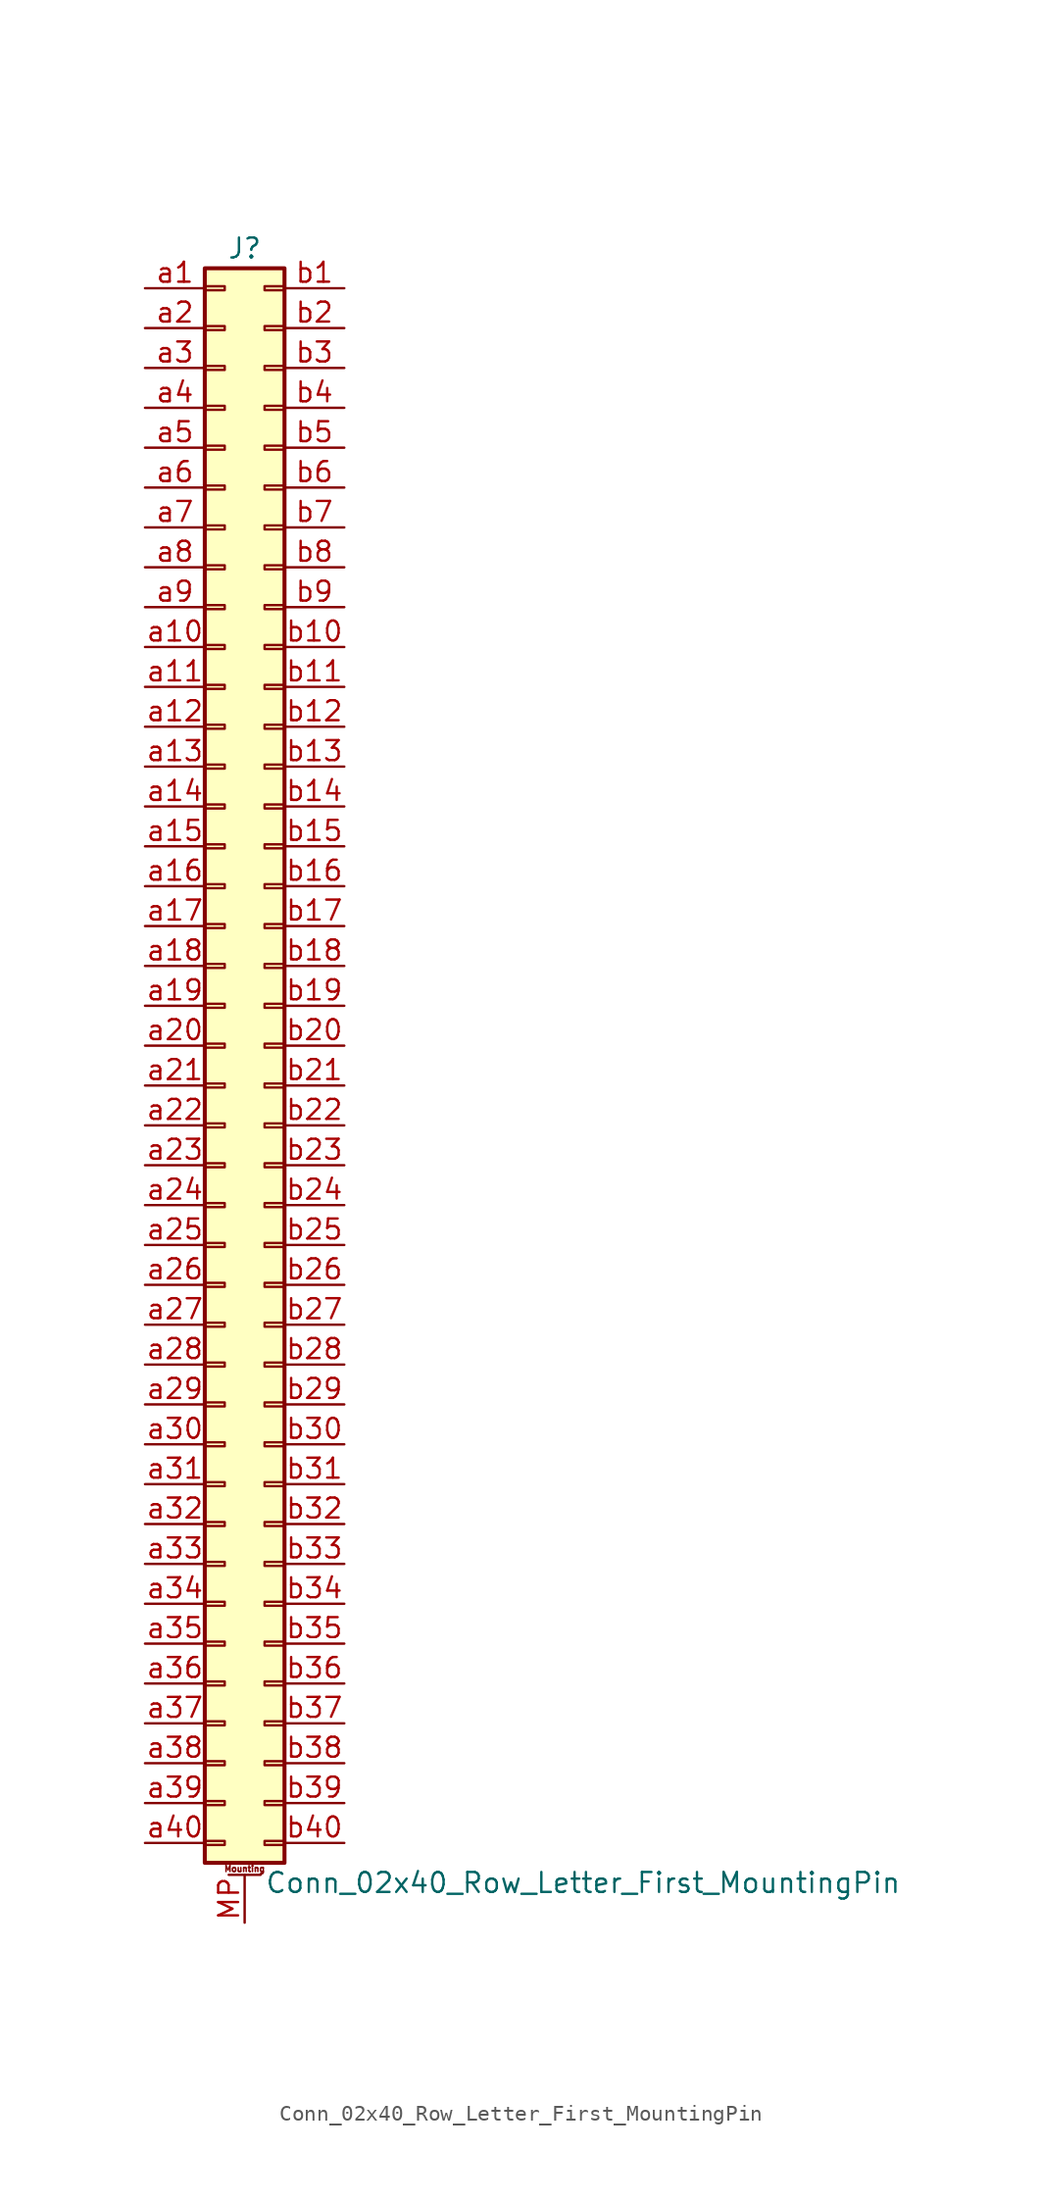
<source format=kicad_sym>
(kicad_symbol_lib
  (version 20220914)
  (generator kicad_symbol_editor)
  (symbol "Conn_02x40_Row_Letter_First_MountingPin"
    (pin_names
      (offset 1.016) hide)
    (property "Reference" "J"
      (at 1.27 50.8 0)
      (effects (font (size 1.27 1.27))))
    (property "Value" "Conn_02x40_Row_Letter_First_MountingPin"
      (at 2.54 -53.34 0)
      (effects (font (size 1.27 1.27)) (justify left)))
    (symbol "Conn_02x40_Row_Letter_First_MountingPin_1_1"
      (rectangle (start -1.27 -50.673) (end 0 -50.927) (stroke (width 0.152) (type default)) (fill (type none)))
      (rectangle (start -1.27 -48.133) (end 0 -48.387) (stroke (width 0.152) (type default)) (fill (type none)))
      (rectangle (start -1.27 -45.593) (end 0 -45.847) (stroke (width 0.152) (type default)) (fill (type none)))
      (rectangle (start -1.27 -43.053) (end 0 -43.307) (stroke (width 0.152) (type default)) (fill (type none)))
      (rectangle (start -1.27 -40.513) (end 0 -40.767) (stroke (width 0.152) (type default)) (fill (type none)))
      (rectangle (start -1.27 -37.973) (end 0 -38.227) (stroke (width 0.152) (type default)) (fill (type none)))
      (rectangle (start -1.27 -35.433) (end 0 -35.687) (stroke (width 0.152) (type default)) (fill (type none)))
      (rectangle (start -1.27 -32.893) (end 0 -33.147) (stroke (width 0.152) (type default)) (fill (type none)))
      (rectangle (start -1.27 -30.353) (end 0 -30.607) (stroke (width 0.152) (type default)) (fill (type none)))
      (rectangle (start -1.27 -27.813) (end 0 -28.067) (stroke (width 0.152) (type default)) (fill (type none)))
      (rectangle (start -1.27 -25.273) (end 0 -25.527) (stroke (width 0.152) (type default)) (fill (type none)))
      (rectangle (start -1.27 -22.733) (end 0 -22.987) (stroke (width 0.152) (type default)) (fill (type none)))
      (rectangle (start -1.27 -20.193) (end 0 -20.447) (stroke (width 0.152) (type default)) (fill (type none)))
      (rectangle (start -1.27 -17.653) (end 0 -17.907) (stroke (width 0.152) (type default)) (fill (type none)))
      (rectangle (start -1.27 -15.113) (end 0 -15.367) (stroke (width 0.152) (type default)) (fill (type none)))
      (rectangle (start -1.27 -12.573) (end 0 -12.827) (stroke (width 0.152) (type default)) (fill (type none)))
      (rectangle (start -1.27 -10.033) (end 0 -10.287) (stroke (width 0.152) (type default)) (fill (type none)))
      (rectangle (start -1.27 -7.493) (end 0 -7.747) (stroke (width 0.152) (type default)) (fill (type none)))
      (rectangle (start -1.27 -4.953) (end 0 -5.207) (stroke (width 0.152) (type default)) (fill (type none)))
      (rectangle (start -1.27 -2.413) (end 0 -2.667) (stroke (width 0.152) (type default)) (fill (type none)))
      (rectangle (start -1.27 0.127) (end 0 -0.127) (stroke (width 0.152) (type default)) (fill (type none)))
      (rectangle (start -1.27 2.667) (end 0 2.413) (stroke (width 0.152) (type default)) (fill (type none)))
      (rectangle (start -1.27 5.207) (end 0 4.953) (stroke (width 0.152) (type default)) (fill (type none)))
      (rectangle (start -1.27 7.747) (end 0 7.493) (stroke (width 0.152) (type default)) (fill (type none)))
      (rectangle (start -1.27 10.287) (end 0 10.033) (stroke (width 0.152) (type default)) (fill (type none)))
      (rectangle (start -1.27 12.827) (end 0 12.573) (stroke (width 0.152) (type default)) (fill (type none)))
      (rectangle (start -1.27 15.367) (end 0 15.113) (stroke (width 0.152) (type default)) (fill (type none)))
      (rectangle (start -1.27 17.907) (end 0 17.653) (stroke (width 0.152) (type default)) (fill (type none)))
      (rectangle (start -1.27 20.447) (end 0 20.193) (stroke (width 0.152) (type default)) (fill (type none)))
      (rectangle (start -1.27 22.987) (end 0 22.733) (stroke (width 0.152) (type default)) (fill (type none)))
      (rectangle (start -1.27 25.527) (end 0 25.273) (stroke (width 0.152) (type default)) (fill (type none)))
      (rectangle (start -1.27 28.067) (end 0 27.813) (stroke (width 0.152) (type default)) (fill (type none)))
      (rectangle (start -1.27 30.607) (end 0 30.353) (stroke (width 0.152) (type default)) (fill (type none)))
      (rectangle (start -1.27 33.147) (end 0 32.893) (stroke (width 0.152) (type default)) (fill (type none)))
      (rectangle (start -1.27 35.687) (end 0 35.433) (stroke (width 0.152) (type default)) (fill (type none)))
      (rectangle (start -1.27 38.227) (end 0 37.973) (stroke (width 0.152) (type default)) (fill (type none)))
      (rectangle (start -1.27 40.767) (end 0 40.513) (stroke (width 0.152) (type default)) (fill (type none)))
      (rectangle (start -1.27 43.307) (end 0 43.053) (stroke (width 0.152) (type default)) (fill (type none)))
      (rectangle (start -1.27 45.847) (end 0 45.593) (stroke (width 0.152) (type default)) (fill (type none)))
      (rectangle (start -1.27 48.387) (end 0 48.133) (stroke (width 0.152) (type default)) (fill (type none)))
      (rectangle (start -1.27 49.53) (end 3.81 -52.07) (stroke (width 0.254) (type default)) (fill (type background)))
      (polyline (pts (xy 0.254 -52.832) (xy 2.286 -52.832)) (stroke (width 0.152) (type default)) (fill (type none)))
      (rectangle (start 3.81 -50.673) (end 2.54 -50.927) (stroke (width 0.152) (type default)) (fill (type none)))
      (rectangle (start 3.81 -48.133) (end 2.54 -48.387) (stroke (width 0.152) (type default)) (fill (type none)))
      (rectangle (start 3.81 -45.593) (end 2.54 -45.847) (stroke (width 0.152) (type default)) (fill (type none)))
      (rectangle (start 3.81 -43.053) (end 2.54 -43.307) (stroke (width 0.152) (type default)) (fill (type none)))
      (rectangle (start 3.81 -40.513) (end 2.54 -40.767) (stroke (width 0.152) (type default)) (fill (type none)))
      (rectangle (start 3.81 -37.973) (end 2.54 -38.227) (stroke (width 0.152) (type default)) (fill (type none)))
      (rectangle (start 3.81 -35.433) (end 2.54 -35.687) (stroke (width 0.152) (type default)) (fill (type none)))
      (rectangle (start 3.81 -32.893) (end 2.54 -33.147) (stroke (width 0.152) (type default)) (fill (type none)))
      (rectangle (start 3.81 -30.353) (end 2.54 -30.607) (stroke (width 0.152) (type default)) (fill (type none)))
      (rectangle (start 3.81 -27.813) (end 2.54 -28.067) (stroke (width 0.152) (type default)) (fill (type none)))
      (rectangle (start 3.81 -25.273) (end 2.54 -25.527) (stroke (width 0.152) (type default)) (fill (type none)))
      (rectangle (start 3.81 -22.733) (end 2.54 -22.987) (stroke (width 0.152) (type default)) (fill (type none)))
      (rectangle (start 3.81 -20.193) (end 2.54 -20.447) (stroke (width 0.152) (type default)) (fill (type none)))
      (rectangle (start 3.81 -17.653) (end 2.54 -17.907) (stroke (width 0.152) (type default)) (fill (type none)))
      (rectangle (start 3.81 -15.113) (end 2.54 -15.367) (stroke (width 0.152) (type default)) (fill (type none)))
      (rectangle (start 3.81 -12.573) (end 2.54 -12.827) (stroke (width 0.152) (type default)) (fill (type none)))
      (rectangle (start 3.81 -10.033) (end 2.54 -10.287) (stroke (width 0.152) (type default)) (fill (type none)))
      (rectangle (start 3.81 -7.493) (end 2.54 -7.747) (stroke (width 0.152) (type default)) (fill (type none)))
      (rectangle (start 3.81 -4.953) (end 2.54 -5.207) (stroke (width 0.152) (type default)) (fill (type none)))
      (rectangle (start 3.81 -2.413) (end 2.54 -2.667) (stroke (width 0.152) (type default)) (fill (type none)))
      (rectangle (start 3.81 0.127) (end 2.54 -0.127) (stroke (width 0.152) (type default)) (fill (type none)))
      (rectangle (start 3.81 2.667) (end 2.54 2.413) (stroke (width 0.152) (type default)) (fill (type none)))
      (rectangle (start 3.81 5.207) (end 2.54 4.953) (stroke (width 0.152) (type default)) (fill (type none)))
      (rectangle (start 3.81 7.747) (end 2.54 7.493) (stroke (width 0.152) (type default)) (fill (type none)))
      (rectangle (start 3.81 10.287) (end 2.54 10.033) (stroke (width 0.152) (type default)) (fill (type none)))
      (rectangle (start 3.81 12.827) (end 2.54 12.573) (stroke (width 0.152) (type default)) (fill (type none)))
      (rectangle (start 3.81 15.367) (end 2.54 15.113) (stroke (width 0.152) (type default)) (fill (type none)))
      (rectangle (start 3.81 17.907) (end 2.54 17.653) (stroke (width 0.152) (type default)) (fill (type none)))
      (rectangle (start 3.81 20.447) (end 2.54 20.193) (stroke (width 0.152) (type default)) (fill (type none)))
      (rectangle (start 3.81 22.987) (end 2.54 22.733) (stroke (width 0.152) (type default)) (fill (type none)))
      (rectangle (start 3.81 25.527) (end 2.54 25.273) (stroke (width 0.152) (type default)) (fill (type none)))
      (rectangle (start 3.81 28.067) (end 2.54 27.813) (stroke (width 0.152) (type default)) (fill (type none)))
      (rectangle (start 3.81 30.607) (end 2.54 30.353) (stroke (width 0.152) (type default)) (fill (type none)))
      (rectangle (start 3.81 33.147) (end 2.54 32.893) (stroke (width 0.152) (type default)) (fill (type none)))
      (rectangle (start 3.81 35.687) (end 2.54 35.433) (stroke (width 0.152) (type default)) (fill (type none)))
      (rectangle (start 3.81 38.227) (end 2.54 37.973) (stroke (width 0.152) (type default)) (fill (type none)))
      (rectangle (start 3.81 40.767) (end 2.54 40.513) (stroke (width 0.152) (type default)) (fill (type none)))
      (rectangle (start 3.81 43.307) (end 2.54 43.053) (stroke (width 0.152) (type default)) (fill (type none)))
      (rectangle (start 3.81 45.847) (end 2.54 45.593) (stroke (width 0.152) (type default)) (fill (type none)))
      (rectangle (start 3.81 48.387) (end 2.54 48.133) (stroke (width 0.152) (type default)) (fill (type none)))
      (text "Mounting" (at 1.27 -52.451 0) (effects (font (size 0.381 0.381))))
      (pin passive line (at 1.27 -55.88 90) (length 3.048) (name "MountPin" (effects (font (size 1.27 1.27)))) (number "MP" (effects (font (size 1.27 1.27)))))
      (pin passive line (at -5.08 48.26 0) (length 3.81) (name "Pin_a1" (effects (font (size 1.27 1.27)))) (number "a1" (effects (font (size 1.27 1.27)))))
      (pin passive line (at -5.08 25.4 0) (length 3.81) (name "Pin_a10" (effects (font (size 1.27 1.27)))) (number "a10" (effects (font (size 1.27 1.27)))))
      (pin passive line (at -5.08 22.86 0) (length 3.81) (name "Pin_a11" (effects (font (size 1.27 1.27)))) (number "a11" (effects (font (size 1.27 1.27)))))
      (pin passive line (at -5.08 20.32 0) (length 3.81) (name "Pin_a12" (effects (font (size 1.27 1.27)))) (number "a12" (effects (font (size 1.27 1.27)))))
      (pin passive line (at -5.08 17.78 0) (length 3.81) (name "Pin_a13" (effects (font (size 1.27 1.27)))) (number "a13" (effects (font (size 1.27 1.27)))))
      (pin passive line (at -5.08 15.24 0) (length 3.81) (name "Pin_a14" (effects (font (size 1.27 1.27)))) (number "a14" (effects (font (size 1.27 1.27)))))
      (pin passive line (at -5.08 12.7 0) (length 3.81) (name "Pin_a15" (effects (font (size 1.27 1.27)))) (number "a15" (effects (font (size 1.27 1.27)))))
      (pin passive line (at -5.08 10.16 0) (length 3.81) (name "Pin_a16" (effects (font (size 1.27 1.27)))) (number "a16" (effects (font (size 1.27 1.27)))))
      (pin passive line (at -5.08 7.62 0) (length 3.81) (name "Pin_a17" (effects (font (size 1.27 1.27)))) (number "a17" (effects (font (size 1.27 1.27)))))
      (pin passive line (at -5.08 5.08 0) (length 3.81) (name "Pin_a18" (effects (font (size 1.27 1.27)))) (number "a18" (effects (font (size 1.27 1.27)))))
      (pin passive line (at -5.08 2.54 0) (length 3.81) (name "Pin_a19" (effects (font (size 1.27 1.27)))) (number "a19" (effects (font (size 1.27 1.27)))))
      (pin passive line (at -5.08 45.72 0) (length 3.81) (name "Pin_a2" (effects (font (size 1.27 1.27)))) (number "a2" (effects (font (size 1.27 1.27)))))
      (pin passive line (at -5.08 0 0) (length 3.81) (name "Pin_a20" (effects (font (size 1.27 1.27)))) (number "a20" (effects (font (size 1.27 1.27)))))
      (pin passive line (at -5.08 -2.54 0) (length 3.81) (name "Pin_a21" (effects (font (size 1.27 1.27)))) (number "a21" (effects (font (size 1.27 1.27)))))
      (pin passive line (at -5.08 -5.08 0) (length 3.81) (name "Pin_a22" (effects (font (size 1.27 1.27)))) (number "a22" (effects (font (size 1.27 1.27)))))
      (pin passive line (at -5.08 -7.62 0) (length 3.81) (name "Pin_a23" (effects (font (size 1.27 1.27)))) (number "a23" (effects (font (size 1.27 1.27)))))
      (pin passive line (at -5.08 -10.16 0) (length 3.81) (name "Pin_a24" (effects (font (size 1.27 1.27)))) (number "a24" (effects (font (size 1.27 1.27)))))
      (pin passive line (at -5.08 -12.7 0) (length 3.81) (name "Pin_a25" (effects (font (size 1.27 1.27)))) (number "a25" (effects (font (size 1.27 1.27)))))
      (pin passive line (at -5.08 -15.24 0) (length 3.81) (name "Pin_a26" (effects (font (size 1.27 1.27)))) (number "a26" (effects (font (size 1.27 1.27)))))
      (pin passive line (at -5.08 -17.78 0) (length 3.81) (name "Pin_a27" (effects (font (size 1.27 1.27)))) (number "a27" (effects (font (size 1.27 1.27)))))
      (pin passive line (at -5.08 -20.32 0) (length 3.81) (name "Pin_a28" (effects (font (size 1.27 1.27)))) (number "a28" (effects (font (size 1.27 1.27)))))
      (pin passive line (at -5.08 -22.86 0) (length 3.81) (name "Pin_a29" (effects (font (size 1.27 1.27)))) (number "a29" (effects (font (size 1.27 1.27)))))
      (pin passive line (at -5.08 43.18 0) (length 3.81) (name "Pin_a3" (effects (font (size 1.27 1.27)))) (number "a3" (effects (font (size 1.27 1.27)))))
      (pin passive line (at -5.08 -25.4 0) (length 3.81) (name "Pin_a30" (effects (font (size 1.27 1.27)))) (number "a30" (effects (font (size 1.27 1.27)))))
      (pin passive line (at -5.08 -27.94 0) (length 3.81) (name "Pin_a31" (effects (font (size 1.27 1.27)))) (number "a31" (effects (font (size 1.27 1.27)))))
      (pin passive line (at -5.08 -30.48 0) (length 3.81) (name "Pin_a32" (effects (font (size 1.27 1.27)))) (number "a32" (effects (font (size 1.27 1.27)))))
      (pin passive line (at -5.08 -33.02 0) (length 3.81) (name "Pin_a33" (effects (font (size 1.27 1.27)))) (number "a33" (effects (font (size 1.27 1.27)))))
      (pin passive line (at -5.08 -35.56 0) (length 3.81) (name "Pin_a34" (effects (font (size 1.27 1.27)))) (number "a34" (effects (font (size 1.27 1.27)))))
      (pin passive line (at -5.08 -38.1 0) (length 3.81) (name "Pin_a35" (effects (font (size 1.27 1.27)))) (number "a35" (effects (font (size 1.27 1.27)))))
      (pin passive line (at -5.08 -40.64 0) (length 3.81) (name "Pin_a36" (effects (font (size 1.27 1.27)))) (number "a36" (effects (font (size 1.27 1.27)))))
      (pin passive line (at -5.08 -43.18 0) (length 3.81) (name "Pin_a37" (effects (font (size 1.27 1.27)))) (number "a37" (effects (font (size 1.27 1.27)))))
      (pin passive line (at -5.08 -45.72 0) (length 3.81) (name "Pin_a38" (effects (font (size 1.27 1.27)))) (number "a38" (effects (font (size 1.27 1.27)))))
      (pin passive line (at -5.08 -48.26 0) (length 3.81) (name "Pin_a39" (effects (font (size 1.27 1.27)))) (number "a39" (effects (font (size 1.27 1.27)))))
      (pin passive line (at -5.08 40.64 0) (length 3.81) (name "Pin_a4" (effects (font (size 1.27 1.27)))) (number "a4" (effects (font (size 1.27 1.27)))))
      (pin passive line (at -5.08 -50.8 0) (length 3.81) (name "Pin_a40" (effects (font (size 1.27 1.27)))) (number "a40" (effects (font (size 1.27 1.27)))))
      (pin passive line (at -5.08 38.1 0) (length 3.81) (name "Pin_a5" (effects (font (size 1.27 1.27)))) (number "a5" (effects (font (size 1.27 1.27)))))
      (pin passive line (at -5.08 35.56 0) (length 3.81) (name "Pin_a6" (effects (font (size 1.27 1.27)))) (number "a6" (effects (font (size 1.27 1.27)))))
      (pin passive line (at -5.08 33.02 0) (length 3.81) (name "Pin_a7" (effects (font (size 1.27 1.27)))) (number "a7" (effects (font (size 1.27 1.27)))))
      (pin passive line (at -5.08 30.48 0) (length 3.81) (name "Pin_a8" (effects (font (size 1.27 1.27)))) (number "a8" (effects (font (size 1.27 1.27)))))
      (pin passive line (at -5.08 27.94 0) (length 3.81) (name "Pin_a9" (effects (font (size 1.27 1.27)))) (number "a9" (effects (font (size 1.27 1.27)))))
      (pin passive line (at 7.62 48.26 180) (length 3.81) (name "Pin_b1" (effects (font (size 1.27 1.27)))) (number "b1" (effects (font (size 1.27 1.27)))))
      (pin passive line (at 7.62 25.4 180) (length 3.81) (name "Pin_b10" (effects (font (size 1.27 1.27)))) (number "b10" (effects (font (size 1.27 1.27)))))
      (pin passive line (at 7.62 22.86 180) (length 3.81) (name "Pin_b11" (effects (font (size 1.27 1.27)))) (number "b11" (effects (font (size 1.27 1.27)))))
      (pin passive line (at 7.62 20.32 180) (length 3.81) (name "Pin_b12" (effects (font (size 1.27 1.27)))) (number "b12" (effects (font (size 1.27 1.27)))))
      (pin passive line (at 7.62 17.78 180) (length 3.81) (name "Pin_b13" (effects (font (size 1.27 1.27)))) (number "b13" (effects (font (size 1.27 1.27)))))
      (pin passive line (at 7.62 15.24 180) (length 3.81) (name "Pin_b14" (effects (font (size 1.27 1.27)))) (number "b14" (effects (font (size 1.27 1.27)))))
      (pin passive line (at 7.62 12.7 180) (length 3.81) (name "Pin_b15" (effects (font (size 1.27 1.27)))) (number "b15" (effects (font (size 1.27 1.27)))))
      (pin passive line (at 7.62 10.16 180) (length 3.81) (name "Pin_b16" (effects (font (size 1.27 1.27)))) (number "b16" (effects (font (size 1.27 1.27)))))
      (pin passive line (at 7.62 7.62 180) (length 3.81) (name "Pin_b17" (effects (font (size 1.27 1.27)))) (number "b17" (effects (font (size 1.27 1.27)))))
      (pin passive line (at 7.62 5.08 180) (length 3.81) (name "Pin_b18" (effects (font (size 1.27 1.27)))) (number "b18" (effects (font (size 1.27 1.27)))))
      (pin passive line (at 7.62 2.54 180) (length 3.81) (name "Pin_b19" (effects (font (size 1.27 1.27)))) (number "b19" (effects (font (size 1.27 1.27)))))
      (pin passive line (at 7.62 45.72 180) (length 3.81) (name "Pin_b2" (effects (font (size 1.27 1.27)))) (number "b2" (effects (font (size 1.27 1.27)))))
      (pin passive line (at 7.62 0 180) (length 3.81) (name "Pin_b20" (effects (font (size 1.27 1.27)))) (number "b20" (effects (font (size 1.27 1.27)))))
      (pin passive line (at 7.62 -2.54 180) (length 3.81) (name "Pin_b21" (effects (font (size 1.27 1.27)))) (number "b21" (effects (font (size 1.27 1.27)))))
      (pin passive line (at 7.62 -5.08 180) (length 3.81) (name "Pin_b22" (effects (font (size 1.27 1.27)))) (number "b22" (effects (font (size 1.27 1.27)))))
      (pin passive line (at 7.62 -7.62 180) (length 3.81) (name "Pin_b23" (effects (font (size 1.27 1.27)))) (number "b23" (effects (font (size 1.27 1.27)))))
      (pin passive line (at 7.62 -10.16 180) (length 3.81) (name "Pin_b24" (effects (font (size 1.27 1.27)))) (number "b24" (effects (font (size 1.27 1.27)))))
      (pin passive line (at 7.62 -12.7 180) (length 3.81) (name "Pin_b25" (effects (font (size 1.27 1.27)))) (number "b25" (effects (font (size 1.27 1.27)))))
      (pin passive line (at 7.62 -15.24 180) (length 3.81) (name "Pin_b26" (effects (font (size 1.27 1.27)))) (number "b26" (effects (font (size 1.27 1.27)))))
      (pin passive line (at 7.62 -17.78 180) (length 3.81) (name "Pin_b27" (effects (font (size 1.27 1.27)))) (number "b27" (effects (font (size 1.27 1.27)))))
      (pin passive line (at 7.62 -20.32 180) (length 3.81) (name "Pin_b28" (effects (font (size 1.27 1.27)))) (number "b28" (effects (font (size 1.27 1.27)))))
      (pin passive line (at 7.62 -22.86 180) (length 3.81) (name "Pin_b29" (effects (font (size 1.27 1.27)))) (number "b29" (effects (font (size 1.27 1.27)))))
      (pin passive line (at 7.62 43.18 180) (length 3.81) (name "Pin_b3" (effects (font (size 1.27 1.27)))) (number "b3" (effects (font (size 1.27 1.27)))))
      (pin passive line (at 7.62 -25.4 180) (length 3.81) (name "Pin_b30" (effects (font (size 1.27 1.27)))) (number "b30" (effects (font (size 1.27 1.27)))))
      (pin passive line (at 7.62 -27.94 180) (length 3.81) (name "Pin_b31" (effects (font (size 1.27 1.27)))) (number "b31" (effects (font (size 1.27 1.27)))))
      (pin passive line (at 7.62 -30.48 180) (length 3.81) (name "Pin_b32" (effects (font (size 1.27 1.27)))) (number "b32" (effects (font (size 1.27 1.27)))))
      (pin passive line (at 7.62 -33.02 180) (length 3.81) (name "Pin_b33" (effects (font (size 1.27 1.27)))) (number "b33" (effects (font (size 1.27 1.27)))))
      (pin passive line (at 7.62 -35.56 180) (length 3.81) (name "Pin_b34" (effects (font (size 1.27 1.27)))) (number "b34" (effects (font (size 1.27 1.27)))))
      (pin passive line (at 7.62 -38.1 180) (length 3.81) (name "Pin_b35" (effects (font (size 1.27 1.27)))) (number "b35" (effects (font (size 1.27 1.27)))))
      (pin passive line (at 7.62 -40.64 180) (length 3.81) (name "Pin_b36" (effects (font (size 1.27 1.27)))) (number "b36" (effects (font (size 1.27 1.27)))))
      (pin passive line (at 7.62 -43.18 180) (length 3.81) (name "Pin_b37" (effects (font (size 1.27 1.27)))) (number "b37" (effects (font (size 1.27 1.27)))))
      (pin passive line (at 7.62 -45.72 180) (length 3.81) (name "Pin_b38" (effects (font (size 1.27 1.27)))) (number "b38" (effects (font (size 1.27 1.27)))))
      (pin passive line (at 7.62 -48.26 180) (length 3.81) (name "Pin_b39" (effects (font (size 1.27 1.27)))) (number "b39" (effects (font (size 1.27 1.27)))))
      (pin passive line (at 7.62 40.64 180) (length 3.81) (name "Pin_b4" (effects (font (size 1.27 1.27)))) (number "b4" (effects (font (size 1.27 1.27)))))
      (pin passive line (at 7.62 -50.8 180) (length 3.81) (name "Pin_b40" (effects (font (size 1.27 1.27)))) (number "b40" (effects (font (size 1.27 1.27)))))
      (pin passive line (at 7.62 38.1 180) (length 3.81) (name "Pin_b5" (effects (font (size 1.27 1.27)))) (number "b5" (effects (font (size 1.27 1.27)))))
      (pin passive line (at 7.62 35.56 180) (length 3.81) (name "Pin_b6" (effects (font (size 1.27 1.27)))) (number "b6" (effects (font (size 1.27 1.27)))))
      (pin passive line (at 7.62 33.02 180) (length 3.81) (name "Pin_b7" (effects (font (size 1.27 1.27)))) (number "b7" (effects (font (size 1.27 1.27)))))
      (pin passive line (at 7.62 30.48 180) (length 3.81) (name "Pin_b8" (effects (font (size 1.27 1.27)))) (number "b8" (effects (font (size 1.27 1.27)))))
      (pin passive line (at 7.62 27.94 180) (length 3.81) (name "Pin_b9" (effects (font (size 1.27 1.27)))) (number "b9" (effects (font (size 1.27 1.27))))))))
</source>
